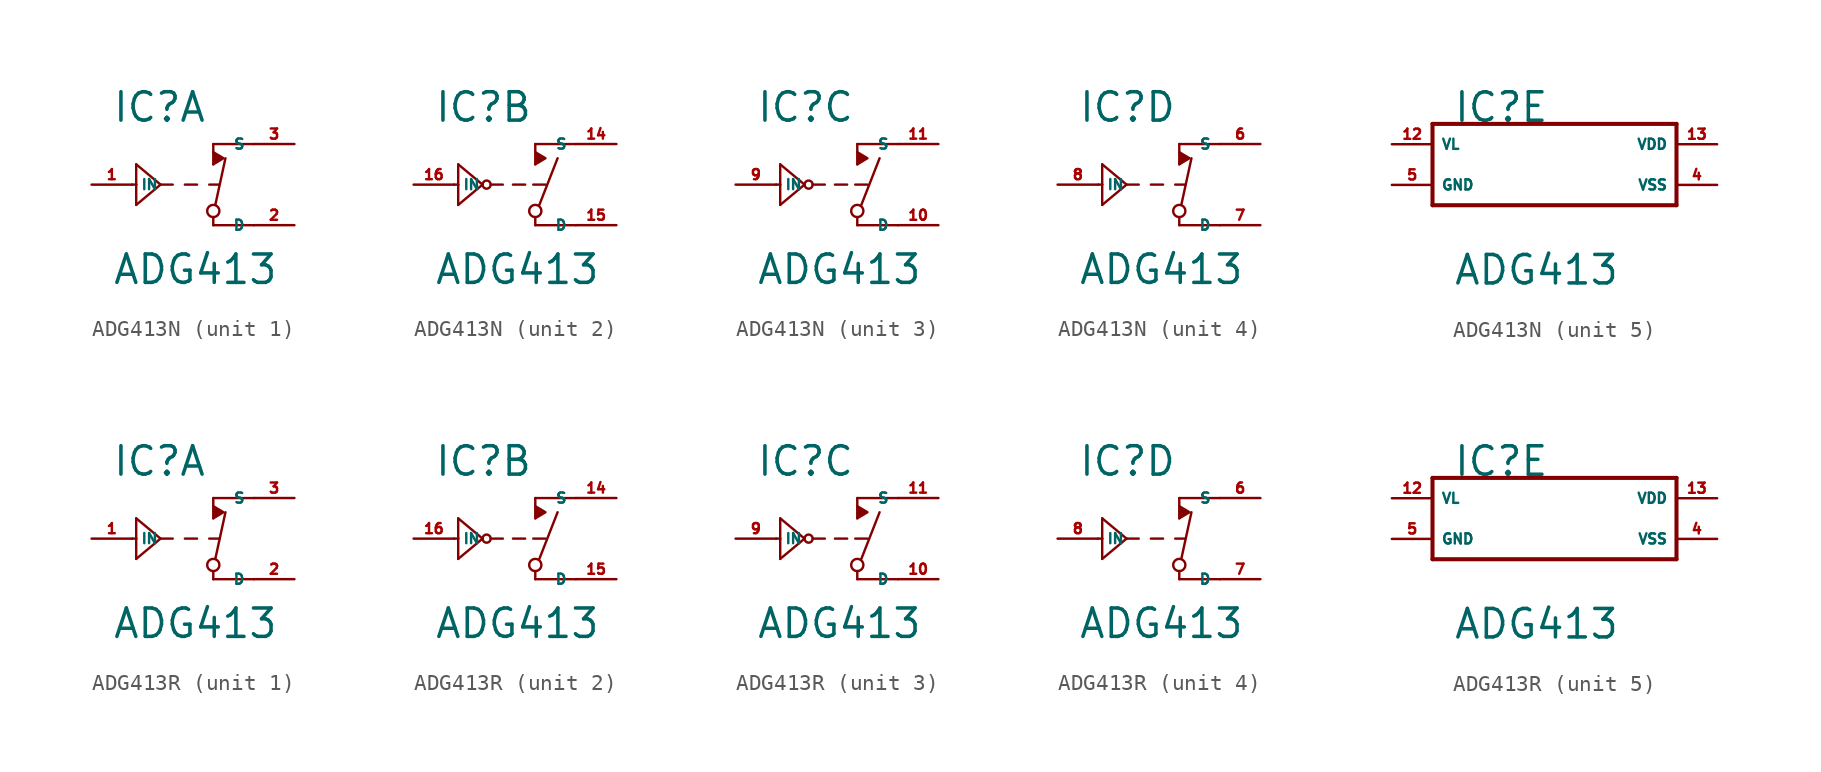
<source format=kicad_sym>
(kicad_symbol_lib
  (version 20220914)
  (generator Eagle2Kicad)
  (symbol "ADG413N"
    (property "Reference" "IC"
      (at -6.35 3.81 0)
      (effects (font (size 1.778 1.778) (thickness 0.22)) (justify left bottom)))
    (property "Value" "ADG413"
      (at -6.35 -6.35 0)
      (effects (font (size 1.778 1.778) (thickness 0.22)) (justify left bottom)))
    (symbol "ADG413N_1_0"
      (polyline (pts (xy 0 1.27) (xy 0.635 1.651) (xy 0 2.032)) (stroke (width 0.152) (type default)) (fill (type outline)))
      (polyline (pts (xy 2.54 2.54) (xy 0 2.54)) (stroke (width 0.152) (type default)) (fill (type none)))
      (polyline (pts (xy 0 2.54) (xy 0 1.27)) (stroke (width 0.152) (type default)) (fill (type none)))
      (polyline (pts (xy 2.54 -2.54) (xy 0 -2.54)) (stroke (width 0.152) (type default)) (fill (type none)))
      (polyline (pts (xy 0 -2.54) (xy 0 -2.032)) (stroke (width 0.152) (type default)) (fill (type none)))
      (polyline (pts (xy 0.127 -1.27) (xy 0.762 1.651)) (stroke (width 0.152) (type default)) (fill (type none)))
      (polyline (pts (xy -5.08 0) (xy -4.826 0)) (stroke (width 0.152) (type default)) (fill (type none)))
      (polyline (pts (xy -4.826 0) (xy -4.826 1.27)) (stroke (width 0.152) (type default)) (fill (type none)))
      (polyline (pts (xy -4.826 1.27) (xy -3.302 0)) (stroke (width 0.152) (type default)) (fill (type none)))
      (polyline (pts (xy -3.302 0) (xy -4.826 -1.27)) (stroke (width 0.152) (type default)) (fill (type none)))
      (polyline (pts (xy -4.826 -1.27) (xy -4.826 0)) (stroke (width 0.152) (type default)) (fill (type none)))
      (polyline (pts (xy -3.302 0) (xy -2.54 0)) (stroke (width 0.152) (type default)) (fill (type none)))
      (polyline (pts (xy -1.778 0) (xy -1.016 0)) (stroke (width 0.152) (type default)) (fill (type none)))
      (polyline (pts (xy -0.254 0) (xy 0.381 0)) (stroke (width 0.152) (type default)) (fill (type none)))
      (circle (center 0 -1.651) (radius 0.381) (stroke (width 0.152) (type default)) (fill (type none)))
      (pin input line (at -7.62 0 0) (length 2.54) (name "IN" (effects (font (size 0.635 0.635) (thickness 0.08)) (justify left bottom))) (number "1" (effects (font (size 0.635 0.635) (thickness 0.08)) (justify left bottom))))
      (pin passive line (at 5.08 2.54 180) (length 2.54) (name "S" (effects (font (size 0.635 0.635) (thickness 0.08)) (justify left bottom))) (number "3" (effects (font (size 0.635 0.635) (thickness 0.08)) (justify left bottom))))
      (pin passive line (at 5.08 -2.54 180) (length 2.54) (name "D" (effects (font (size 0.635 0.635) (thickness 0.08)) (justify left bottom))) (number "2" (effects (font (size 0.635 0.635) (thickness 0.08)) (justify left bottom)))))
    (symbol "ADG413N_2_0"
      (polyline (pts (xy 0 1.27) (xy 0.635 1.651) (xy 0 2.032)) (stroke (width 0.152) (type default)) (fill (type outline)))
      (polyline (pts (xy 2.54 2.54) (xy 0 2.54)) (stroke (width 0.152) (type default)) (fill (type none)))
      (polyline (pts (xy 0 2.54) (xy 0 1.27)) (stroke (width 0.152) (type default)) (fill (type none)))
      (polyline (pts (xy 2.54 -2.54) (xy 0 -2.54)) (stroke (width 0.152) (type default)) (fill (type none)))
      (polyline (pts (xy 0 -2.54) (xy 0 -2.032)) (stroke (width 0.152) (type default)) (fill (type none)))
      (polyline (pts (xy 0.254 -1.27) (xy 1.397 1.651)) (stroke (width 0.152) (type default)) (fill (type none)))
      (polyline (pts (xy -5.08 0) (xy -4.826 0)) (stroke (width 0.152) (type default)) (fill (type none)))
      (polyline (pts (xy -4.826 0) (xy -4.826 1.27)) (stroke (width 0.152) (type default)) (fill (type none)))
      (polyline (pts (xy -4.826 1.27) (xy -3.302 0)) (stroke (width 0.152) (type default)) (fill (type none)))
      (polyline (pts (xy -3.302 0) (xy -4.826 -1.27)) (stroke (width 0.152) (type default)) (fill (type none)))
      (polyline (pts (xy -4.826 -1.27) (xy -4.826 0)) (stroke (width 0.152) (type default)) (fill (type none)))
      (polyline (pts (xy -2.794 0) (xy -2.032 0)) (stroke (width 0.152) (type default)) (fill (type none)))
      (polyline (pts (xy -1.397 0) (xy -0.635 0)) (stroke (width 0.152) (type default)) (fill (type none)))
      (polyline (pts (xy -0.127 0) (xy 0.635 0)) (stroke (width 0.152) (type default)) (fill (type none)))
      (circle (center 0 -1.651) (radius 0.381) (stroke (width 0.152) (type default)) (fill (type none)))
      (circle (center -3.048 0) (radius 0.254) (stroke (width 0.152) (type default)) (fill (type none)))
      (pin input line (at -7.62 0 0) (length 2.54) (name "IN" (effects (font (size 0.635 0.635) (thickness 0.08)) (justify left bottom))) (number "16" (effects (font (size 0.635 0.635) (thickness 0.08)) (justify left bottom))))
      (pin passive line (at 5.08 2.54 180) (length 2.54) (name "S" (effects (font (size 0.635 0.635) (thickness 0.08)) (justify left bottom))) (number "14" (effects (font (size 0.635 0.635) (thickness 0.08)) (justify left bottom))))
      (pin passive line (at 5.08 -2.54 180) (length 2.54) (name "D" (effects (font (size 0.635 0.635) (thickness 0.08)) (justify left bottom))) (number "15" (effects (font (size 0.635 0.635) (thickness 0.08)) (justify left bottom)))))
    (symbol "ADG413N_3_0"
      (polyline (pts (xy 0 1.27) (xy 0.635 1.651) (xy 0 2.032)) (stroke (width 0.152) (type default)) (fill (type outline)))
      (polyline (pts (xy 2.54 2.54) (xy 0 2.54)) (stroke (width 0.152) (type default)) (fill (type none)))
      (polyline (pts (xy 0 2.54) (xy 0 1.27)) (stroke (width 0.152) (type default)) (fill (type none)))
      (polyline (pts (xy 2.54 -2.54) (xy 0 -2.54)) (stroke (width 0.152) (type default)) (fill (type none)))
      (polyline (pts (xy 0 -2.54) (xy 0 -2.032)) (stroke (width 0.152) (type default)) (fill (type none)))
      (polyline (pts (xy 0.254 -1.27) (xy 1.397 1.651)) (stroke (width 0.152) (type default)) (fill (type none)))
      (polyline (pts (xy -5.08 0) (xy -4.826 0)) (stroke (width 0.152) (type default)) (fill (type none)))
      (polyline (pts (xy -4.826 0) (xy -4.826 1.27)) (stroke (width 0.152) (type default)) (fill (type none)))
      (polyline (pts (xy -4.826 1.27) (xy -3.302 0)) (stroke (width 0.152) (type default)) (fill (type none)))
      (polyline (pts (xy -3.302 0) (xy -4.826 -1.27)) (stroke (width 0.152) (type default)) (fill (type none)))
      (polyline (pts (xy -4.826 -1.27) (xy -4.826 0)) (stroke (width 0.152) (type default)) (fill (type none)))
      (polyline (pts (xy -2.794 0) (xy -2.032 0)) (stroke (width 0.152) (type default)) (fill (type none)))
      (polyline (pts (xy -1.397 0) (xy -0.635 0)) (stroke (width 0.152) (type default)) (fill (type none)))
      (polyline (pts (xy -0.127 0) (xy 0.635 0)) (stroke (width 0.152) (type default)) (fill (type none)))
      (circle (center 0 -1.651) (radius 0.381) (stroke (width 0.152) (type default)) (fill (type none)))
      (circle (center -3.048 0) (radius 0.254) (stroke (width 0.152) (type default)) (fill (type none)))
      (pin input line (at -7.62 0 0) (length 2.54) (name "IN" (effects (font (size 0.635 0.635) (thickness 0.08)) (justify left bottom))) (number "9" (effects (font (size 0.635 0.635) (thickness 0.08)) (justify left bottom))))
      (pin passive line (at 5.08 2.54 180) (length 2.54) (name "S" (effects (font (size 0.635 0.635) (thickness 0.08)) (justify left bottom))) (number "11" (effects (font (size 0.635 0.635) (thickness 0.08)) (justify left bottom))))
      (pin passive line (at 5.08 -2.54 180) (length 2.54) (name "D" (effects (font (size 0.635 0.635) (thickness 0.08)) (justify left bottom))) (number "10" (effects (font (size 0.635 0.635) (thickness 0.08)) (justify left bottom)))))
    (symbol "ADG413N_4_0"
      (polyline (pts (xy 0 1.27) (xy 0.635 1.651) (xy 0 2.032)) (stroke (width 0.152) (type default)) (fill (type outline)))
      (polyline (pts (xy 2.54 2.54) (xy 0 2.54)) (stroke (width 0.152) (type default)) (fill (type none)))
      (polyline (pts (xy 0 2.54) (xy 0 1.27)) (stroke (width 0.152) (type default)) (fill (type none)))
      (polyline (pts (xy 2.54 -2.54) (xy 0 -2.54)) (stroke (width 0.152) (type default)) (fill (type none)))
      (polyline (pts (xy 0 -2.54) (xy 0 -2.032)) (stroke (width 0.152) (type default)) (fill (type none)))
      (polyline (pts (xy 0.127 -1.27) (xy 0.762 1.651)) (stroke (width 0.152) (type default)) (fill (type none)))
      (polyline (pts (xy -5.08 0) (xy -4.826 0)) (stroke (width 0.152) (type default)) (fill (type none)))
      (polyline (pts (xy -4.826 0) (xy -4.826 1.27)) (stroke (width 0.152) (type default)) (fill (type none)))
      (polyline (pts (xy -4.826 1.27) (xy -3.302 0)) (stroke (width 0.152) (type default)) (fill (type none)))
      (polyline (pts (xy -3.302 0) (xy -4.826 -1.27)) (stroke (width 0.152) (type default)) (fill (type none)))
      (polyline (pts (xy -4.826 -1.27) (xy -4.826 0)) (stroke (width 0.152) (type default)) (fill (type none)))
      (polyline (pts (xy -3.302 0) (xy -2.54 0)) (stroke (width 0.152) (type default)) (fill (type none)))
      (polyline (pts (xy -1.778 0) (xy -1.016 0)) (stroke (width 0.152) (type default)) (fill (type none)))
      (polyline (pts (xy -0.254 0) (xy 0.381 0)) (stroke (width 0.152) (type default)) (fill (type none)))
      (circle (center 0 -1.651) (radius 0.381) (stroke (width 0.152) (type default)) (fill (type none)))
      (pin input line (at -7.62 0 0) (length 2.54) (name "IN" (effects (font (size 0.635 0.635) (thickness 0.08)) (justify left bottom))) (number "8" (effects (font (size 0.635 0.635) (thickness 0.08)) (justify left bottom))))
      (pin passive line (at 5.08 2.54 180) (length 2.54) (name "S" (effects (font (size 0.635 0.635) (thickness 0.08)) (justify left bottom))) (number "6" (effects (font (size 0.635 0.635) (thickness 0.08)) (justify left bottom))))
      (pin passive line (at 5.08 -2.54 180) (length 2.54) (name "D" (effects (font (size 0.635 0.635) (thickness 0.08)) (justify left bottom))) (number "7" (effects (font (size 0.635 0.635) (thickness 0.08)) (justify left bottom)))))
    (symbol "ADG413N_5_0"
      (polyline (pts (xy -7.62 3.81) (xy 7.62 3.81)) (stroke (width 0.254) (type default)) (fill (type none)))
      (polyline (pts (xy 7.62 3.81) (xy 7.62 -1.27)) (stroke (width 0.254) (type default)) (fill (type none)))
      (polyline (pts (xy 7.62 -1.27) (xy -7.62 -1.27)) (stroke (width 0.254) (type default)) (fill (type none)))
      (polyline (pts (xy -7.62 -1.27) (xy -7.62 3.81)) (stroke (width 0.254) (type default)) (fill (type none)))
      (pin unspecified line (at 10.16 2.54 180) (length 2.54) (name "VDD" (effects (font (size 0.635 0.635) (thickness 0.08)) (justify left bottom))) (number "13" (effects (font (size 0.635 0.635) (thickness 0.08)) (justify left bottom))))
      (pin unspecified line (at 10.16 0 180) (length 2.54) (name "VSS" (effects (font (size 0.635 0.635) (thickness 0.08)) (justify left bottom))) (number "4" (effects (font (size 0.635 0.635) (thickness 0.08)) (justify left bottom))))
      (pin unspecified line (at -10.16 0 0) (length 2.54) (name "GND" (effects (font (size 0.635 0.635) (thickness 0.08)) (justify left bottom))) (number "5" (effects (font (size 0.635 0.635) (thickness 0.08)) (justify left bottom))))
      (pin unspecified line (at -10.16 2.54 0) (length 2.54) (name "VL" (effects (font (size 0.635 0.635) (thickness 0.08)) (justify left bottom))) (number "12" (effects (font (size 0.635 0.635) (thickness 0.08)) (justify left bottom))))))
  (symbol "ADG413R"
    (property "Reference" "IC"
      (at -6.35 3.81 0)
      (effects (font (size 1.778 1.778) (thickness 0.22)) (justify left bottom)))
    (property "Value" "ADG413"
      (at -6.35 -6.35 0)
      (effects (font (size 1.778 1.778) (thickness 0.22)) (justify left bottom)))
    (symbol "ADG413R_1_0"
      (polyline (pts (xy 0 1.27) (xy 0.635 1.651) (xy 0 2.032)) (stroke (width 0.152) (type default)) (fill (type outline)))
      (polyline (pts (xy 2.54 2.54) (xy 0 2.54)) (stroke (width 0.152) (type default)) (fill (type none)))
      (polyline (pts (xy 0 2.54) (xy 0 1.27)) (stroke (width 0.152) (type default)) (fill (type none)))
      (polyline (pts (xy 2.54 -2.54) (xy 0 -2.54)) (stroke (width 0.152) (type default)) (fill (type none)))
      (polyline (pts (xy 0 -2.54) (xy 0 -2.032)) (stroke (width 0.152) (type default)) (fill (type none)))
      (polyline (pts (xy 0.127 -1.27) (xy 0.762 1.651)) (stroke (width 0.152) (type default)) (fill (type none)))
      (polyline (pts (xy -5.08 0) (xy -4.826 0)) (stroke (width 0.152) (type default)) (fill (type none)))
      (polyline (pts (xy -4.826 0) (xy -4.826 1.27)) (stroke (width 0.152) (type default)) (fill (type none)))
      (polyline (pts (xy -4.826 1.27) (xy -3.302 0)) (stroke (width 0.152) (type default)) (fill (type none)))
      (polyline (pts (xy -3.302 0) (xy -4.826 -1.27)) (stroke (width 0.152) (type default)) (fill (type none)))
      (polyline (pts (xy -4.826 -1.27) (xy -4.826 0)) (stroke (width 0.152) (type default)) (fill (type none)))
      (polyline (pts (xy -3.302 0) (xy -2.54 0)) (stroke (width 0.152) (type default)) (fill (type none)))
      (polyline (pts (xy -1.778 0) (xy -1.016 0)) (stroke (width 0.152) (type default)) (fill (type none)))
      (polyline (pts (xy -0.254 0) (xy 0.381 0)) (stroke (width 0.152) (type default)) (fill (type none)))
      (circle (center 0 -1.651) (radius 0.381) (stroke (width 0.152) (type default)) (fill (type none)))
      (pin input line (at -7.62 0 0) (length 2.54) (name "IN" (effects (font (size 0.635 0.635) (thickness 0.08)) (justify left bottom))) (number "1" (effects (font (size 0.635 0.635) (thickness 0.08)) (justify left bottom))))
      (pin passive line (at 5.08 2.54 180) (length 2.54) (name "S" (effects (font (size 0.635 0.635) (thickness 0.08)) (justify left bottom))) (number "3" (effects (font (size 0.635 0.635) (thickness 0.08)) (justify left bottom))))
      (pin passive line (at 5.08 -2.54 180) (length 2.54) (name "D" (effects (font (size 0.635 0.635) (thickness 0.08)) (justify left bottom))) (number "2" (effects (font (size 0.635 0.635) (thickness 0.08)) (justify left bottom)))))
    (symbol "ADG413R_2_0"
      (polyline (pts (xy 0 1.27) (xy 0.635 1.651) (xy 0 2.032)) (stroke (width 0.152) (type default)) (fill (type outline)))
      (polyline (pts (xy 2.54 2.54) (xy 0 2.54)) (stroke (width 0.152) (type default)) (fill (type none)))
      (polyline (pts (xy 0 2.54) (xy 0 1.27)) (stroke (width 0.152) (type default)) (fill (type none)))
      (polyline (pts (xy 2.54 -2.54) (xy 0 -2.54)) (stroke (width 0.152) (type default)) (fill (type none)))
      (polyline (pts (xy 0 -2.54) (xy 0 -2.032)) (stroke (width 0.152) (type default)) (fill (type none)))
      (polyline (pts (xy 0.254 -1.27) (xy 1.397 1.651)) (stroke (width 0.152) (type default)) (fill (type none)))
      (polyline (pts (xy -5.08 0) (xy -4.826 0)) (stroke (width 0.152) (type default)) (fill (type none)))
      (polyline (pts (xy -4.826 0) (xy -4.826 1.27)) (stroke (width 0.152) (type default)) (fill (type none)))
      (polyline (pts (xy -4.826 1.27) (xy -3.302 0)) (stroke (width 0.152) (type default)) (fill (type none)))
      (polyline (pts (xy -3.302 0) (xy -4.826 -1.27)) (stroke (width 0.152) (type default)) (fill (type none)))
      (polyline (pts (xy -4.826 -1.27) (xy -4.826 0)) (stroke (width 0.152) (type default)) (fill (type none)))
      (polyline (pts (xy -2.794 0) (xy -2.032 0)) (stroke (width 0.152) (type default)) (fill (type none)))
      (polyline (pts (xy -1.397 0) (xy -0.635 0)) (stroke (width 0.152) (type default)) (fill (type none)))
      (polyline (pts (xy -0.127 0) (xy 0.635 0)) (stroke (width 0.152) (type default)) (fill (type none)))
      (circle (center 0 -1.651) (radius 0.381) (stroke (width 0.152) (type default)) (fill (type none)))
      (circle (center -3.048 0) (radius 0.254) (stroke (width 0.152) (type default)) (fill (type none)))
      (pin input line (at -7.62 0 0) (length 2.54) (name "IN" (effects (font (size 0.635 0.635) (thickness 0.08)) (justify left bottom))) (number "16" (effects (font (size 0.635 0.635) (thickness 0.08)) (justify left bottom))))
      (pin passive line (at 5.08 2.54 180) (length 2.54) (name "S" (effects (font (size 0.635 0.635) (thickness 0.08)) (justify left bottom))) (number "14" (effects (font (size 0.635 0.635) (thickness 0.08)) (justify left bottom))))
      (pin passive line (at 5.08 -2.54 180) (length 2.54) (name "D" (effects (font (size 0.635 0.635) (thickness 0.08)) (justify left bottom))) (number "15" (effects (font (size 0.635 0.635) (thickness 0.08)) (justify left bottom)))))
    (symbol "ADG413R_3_0"
      (polyline (pts (xy 0 1.27) (xy 0.635 1.651) (xy 0 2.032)) (stroke (width 0.152) (type default)) (fill (type outline)))
      (polyline (pts (xy 2.54 2.54) (xy 0 2.54)) (stroke (width 0.152) (type default)) (fill (type none)))
      (polyline (pts (xy 0 2.54) (xy 0 1.27)) (stroke (width 0.152) (type default)) (fill (type none)))
      (polyline (pts (xy 2.54 -2.54) (xy 0 -2.54)) (stroke (width 0.152) (type default)) (fill (type none)))
      (polyline (pts (xy 0 -2.54) (xy 0 -2.032)) (stroke (width 0.152) (type default)) (fill (type none)))
      (polyline (pts (xy 0.254 -1.27) (xy 1.397 1.651)) (stroke (width 0.152) (type default)) (fill (type none)))
      (polyline (pts (xy -5.08 0) (xy -4.826 0)) (stroke (width 0.152) (type default)) (fill (type none)))
      (polyline (pts (xy -4.826 0) (xy -4.826 1.27)) (stroke (width 0.152) (type default)) (fill (type none)))
      (polyline (pts (xy -4.826 1.27) (xy -3.302 0)) (stroke (width 0.152) (type default)) (fill (type none)))
      (polyline (pts (xy -3.302 0) (xy -4.826 -1.27)) (stroke (width 0.152) (type default)) (fill (type none)))
      (polyline (pts (xy -4.826 -1.27) (xy -4.826 0)) (stroke (width 0.152) (type default)) (fill (type none)))
      (polyline (pts (xy -2.794 0) (xy -2.032 0)) (stroke (width 0.152) (type default)) (fill (type none)))
      (polyline (pts (xy -1.397 0) (xy -0.635 0)) (stroke (width 0.152) (type default)) (fill (type none)))
      (polyline (pts (xy -0.127 0) (xy 0.635 0)) (stroke (width 0.152) (type default)) (fill (type none)))
      (circle (center 0 -1.651) (radius 0.381) (stroke (width 0.152) (type default)) (fill (type none)))
      (circle (center -3.048 0) (radius 0.254) (stroke (width 0.152) (type default)) (fill (type none)))
      (pin input line (at -7.62 0 0) (length 2.54) (name "IN" (effects (font (size 0.635 0.635) (thickness 0.08)) (justify left bottom))) (number "9" (effects (font (size 0.635 0.635) (thickness 0.08)) (justify left bottom))))
      (pin passive line (at 5.08 2.54 180) (length 2.54) (name "S" (effects (font (size 0.635 0.635) (thickness 0.08)) (justify left bottom))) (number "11" (effects (font (size 0.635 0.635) (thickness 0.08)) (justify left bottom))))
      (pin passive line (at 5.08 -2.54 180) (length 2.54) (name "D" (effects (font (size 0.635 0.635) (thickness 0.08)) (justify left bottom))) (number "10" (effects (font (size 0.635 0.635) (thickness 0.08)) (justify left bottom)))))
    (symbol "ADG413R_4_0"
      (polyline (pts (xy 0 1.27) (xy 0.635 1.651) (xy 0 2.032)) (stroke (width 0.152) (type default)) (fill (type outline)))
      (polyline (pts (xy 2.54 2.54) (xy 0 2.54)) (stroke (width 0.152) (type default)) (fill (type none)))
      (polyline (pts (xy 0 2.54) (xy 0 1.27)) (stroke (width 0.152) (type default)) (fill (type none)))
      (polyline (pts (xy 2.54 -2.54) (xy 0 -2.54)) (stroke (width 0.152) (type default)) (fill (type none)))
      (polyline (pts (xy 0 -2.54) (xy 0 -2.032)) (stroke (width 0.152) (type default)) (fill (type none)))
      (polyline (pts (xy 0.127 -1.27) (xy 0.762 1.651)) (stroke (width 0.152) (type default)) (fill (type none)))
      (polyline (pts (xy -5.08 0) (xy -4.826 0)) (stroke (width 0.152) (type default)) (fill (type none)))
      (polyline (pts (xy -4.826 0) (xy -4.826 1.27)) (stroke (width 0.152) (type default)) (fill (type none)))
      (polyline (pts (xy -4.826 1.27) (xy -3.302 0)) (stroke (width 0.152) (type default)) (fill (type none)))
      (polyline (pts (xy -3.302 0) (xy -4.826 -1.27)) (stroke (width 0.152) (type default)) (fill (type none)))
      (polyline (pts (xy -4.826 -1.27) (xy -4.826 0)) (stroke (width 0.152) (type default)) (fill (type none)))
      (polyline (pts (xy -3.302 0) (xy -2.54 0)) (stroke (width 0.152) (type default)) (fill (type none)))
      (polyline (pts (xy -1.778 0) (xy -1.016 0)) (stroke (width 0.152) (type default)) (fill (type none)))
      (polyline (pts (xy -0.254 0) (xy 0.381 0)) (stroke (width 0.152) (type default)) (fill (type none)))
      (circle (center 0 -1.651) (radius 0.381) (stroke (width 0.152) (type default)) (fill (type none)))
      (pin input line (at -7.62 0 0) (length 2.54) (name "IN" (effects (font (size 0.635 0.635) (thickness 0.08)) (justify left bottom))) (number "8" (effects (font (size 0.635 0.635) (thickness 0.08)) (justify left bottom))))
      (pin passive line (at 5.08 2.54 180) (length 2.54) (name "S" (effects (font (size 0.635 0.635) (thickness 0.08)) (justify left bottom))) (number "6" (effects (font (size 0.635 0.635) (thickness 0.08)) (justify left bottom))))
      (pin passive line (at 5.08 -2.54 180) (length 2.54) (name "D" (effects (font (size 0.635 0.635) (thickness 0.08)) (justify left bottom))) (number "7" (effects (font (size 0.635 0.635) (thickness 0.08)) (justify left bottom)))))
    (symbol "ADG413R_5_0"
      (polyline (pts (xy -7.62 3.81) (xy 7.62 3.81)) (stroke (width 0.254) (type default)) (fill (type none)))
      (polyline (pts (xy 7.62 3.81) (xy 7.62 -1.27)) (stroke (width 0.254) (type default)) (fill (type none)))
      (polyline (pts (xy 7.62 -1.27) (xy -7.62 -1.27)) (stroke (width 0.254) (type default)) (fill (type none)))
      (polyline (pts (xy -7.62 -1.27) (xy -7.62 3.81)) (stroke (width 0.254) (type default)) (fill (type none)))
      (pin unspecified line (at 10.16 2.54 180) (length 2.54) (name "VDD" (effects (font (size 0.635 0.635) (thickness 0.08)) (justify left bottom))) (number "13" (effects (font (size 0.635 0.635) (thickness 0.08)) (justify left bottom))))
      (pin unspecified line (at 10.16 0 180) (length 2.54) (name "VSS" (effects (font (size 0.635 0.635) (thickness 0.08)) (justify left bottom))) (number "4" (effects (font (size 0.635 0.635) (thickness 0.08)) (justify left bottom))))
      (pin unspecified line (at -10.16 0 0) (length 2.54) (name "GND" (effects (font (size 0.635 0.635) (thickness 0.08)) (justify left bottom))) (number "5" (effects (font (size 0.635 0.635) (thickness 0.08)) (justify left bottom))))
      (pin unspecified line (at -10.16 2.54 0) (length 2.54) (name "VL" (effects (font (size 0.635 0.635) (thickness 0.08)) (justify left bottom))) (number "12" (effects (font (size 0.635 0.635) (thickness 0.08)) (justify left bottom)))))))
</source>
